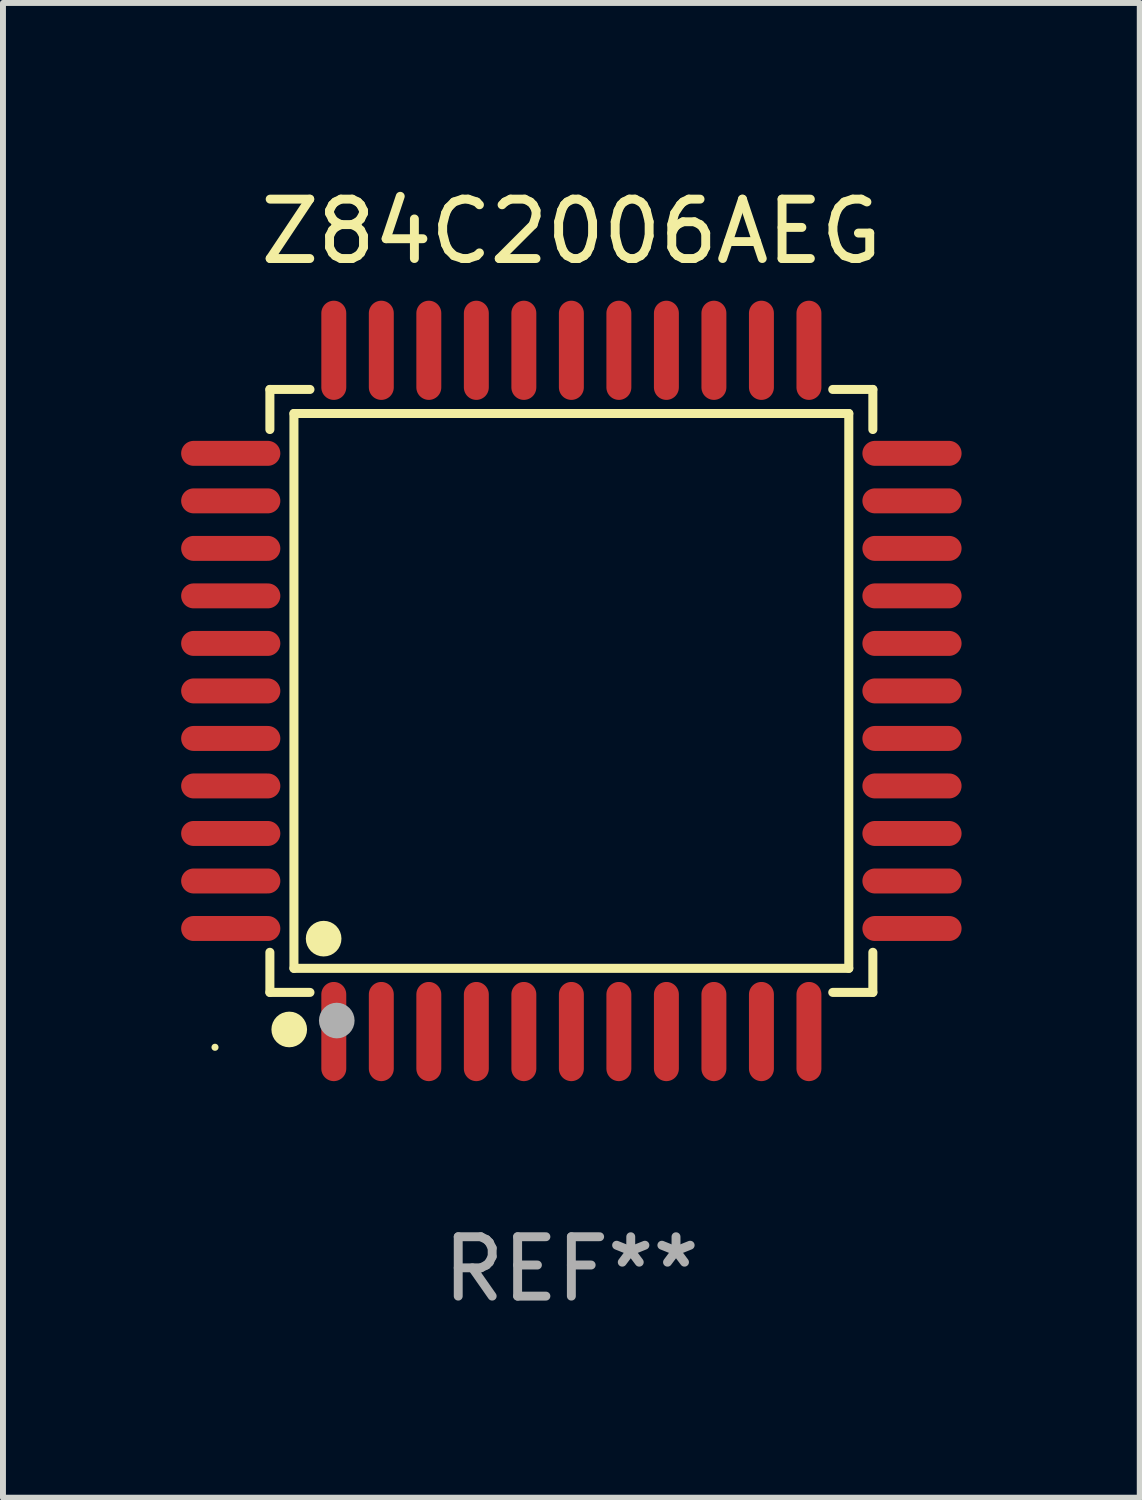
<source format=kicad_pcb>
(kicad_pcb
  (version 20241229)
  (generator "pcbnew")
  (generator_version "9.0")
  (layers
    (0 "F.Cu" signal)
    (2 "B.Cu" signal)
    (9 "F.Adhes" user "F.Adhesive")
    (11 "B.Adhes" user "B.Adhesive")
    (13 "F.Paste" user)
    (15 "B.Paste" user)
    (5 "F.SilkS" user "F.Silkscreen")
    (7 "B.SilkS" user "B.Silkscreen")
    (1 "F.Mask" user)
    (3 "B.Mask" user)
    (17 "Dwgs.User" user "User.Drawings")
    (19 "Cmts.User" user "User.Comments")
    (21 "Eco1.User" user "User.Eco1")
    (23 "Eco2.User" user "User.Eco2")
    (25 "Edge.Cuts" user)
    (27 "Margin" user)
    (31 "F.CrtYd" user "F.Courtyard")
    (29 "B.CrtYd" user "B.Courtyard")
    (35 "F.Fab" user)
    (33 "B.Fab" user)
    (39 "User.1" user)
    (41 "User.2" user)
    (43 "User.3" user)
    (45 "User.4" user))
  (footprint "Z84C2006AEG"
    (layer "F.Cu")
    (at 6.57 8.583)
    (property "Reference" "Z84C2006AEG" (at 0 -7.735 0) (layer "F.SilkS") (effects (font (size 1 1) (thickness 0.15))))
    (attr through_hole)
    (fp_line (start -5.076 -5.076) (end -4.401 -5.076) (stroke (width 0.152) (type solid)) (layer "F.SilkS"))
    (fp_line (start -5.076 -4.401) (end -5.076 -5.076) (stroke (width 0.152) (type solid)) (layer "F.SilkS"))
    (fp_line (start -5.076 4.401) (end -5.076 5.076) (stroke (width 0.152) (type solid)) (layer "F.SilkS"))
    (fp_line (start -5.076 5.076) (end -4.401 5.076) (stroke (width 0.152) (type solid)) (layer "F.SilkS"))
    (fp_line (start -4.671 -4.671) (end 4.671 -4.671) (stroke (width 0.152) (type solid)) (layer "F.SilkS"))
    (fp_line (start -4.671 4.671) (end -4.671 -4.671) (stroke (width 0.152) (type solid)) (layer "F.SilkS"))
    (fp_line (start 4.671 -4.671) (end 4.671 4.671) (stroke (width 0.152) (type solid)) (layer "F.SilkS"))
    (fp_line (start 4.671 4.671) (end -4.671 4.671) (stroke (width 0.152) (type solid)) (layer "F.SilkS"))
    (fp_line (start 5.076 -5.076) (end 4.401 -5.076) (stroke (width 0.152) (type solid)) (layer "F.SilkS"))
    (fp_line (start 5.076 -4.401) (end 5.076 -5.076) (stroke (width 0.152) (type solid)) (layer "F.SilkS"))
    (fp_line (start 5.076 4.401) (end 5.076 5.076) (stroke (width 0.152) (type solid)) (layer "F.SilkS"))
    (fp_line (start 5.076 5.076) (end 4.401 5.076) (stroke (width 0.152) (type solid)) (layer "F.SilkS"))
    (fp_circle (center -6 6) (end -5.97 6) (stroke (width 0.06) (type solid)) (fill no) (layer "F.SilkS"))
    (fp_circle (center -4.75 5.7) (end -4.6 5.7) (stroke (width 0.3) (type solid)) (fill no) (layer "F.SilkS"))
    (fp_circle (center -4.171 4.171) (end -4.021 4.171) (stroke (width 0.3) (type solid)) (fill no) (layer "F.SilkS"))
    (fp_circle (center -3.95 5.55) (end -3.8 5.55) (stroke (width 0.3) (type solid)) (fill no) (layer "F.Fab"))
    (fp_text user "REF**" (at 0 9.735 0) (layer "F.Fab") (effects (font (size 1 1) (thickness 0.15))))
    (pad "1" smd oval (at -4 5.735) (size 0.42 1.67) (layers "F.Cu" "F.Mask" "F.Paste"))
    (pad "2" smd oval (at -3.2 5.735) (size 0.42 1.67) (layers "F.Cu" "F.Mask" "F.Paste"))
    (pad "3" smd oval (at -2.4 5.735) (size 0.42 1.67) (layers "F.Cu" "F.Mask" "F.Paste"))
    (pad "4" smd oval (at -1.6 5.735) (size 0.42 1.67) (layers "F.Cu" "F.Mask" "F.Paste"))
    (pad "5" smd oval (at -0.8 5.735) (size 0.42 1.67) (layers "F.Cu" "F.Mask" "F.Paste"))
    (pad "6" smd oval (at 0 5.735) (size 0.42 1.67) (layers "F.Cu" "F.Mask" "F.Paste"))
    (pad "7" smd oval (at 0.8 5.735) (size 0.42 1.67) (layers "F.Cu" "F.Mask" "F.Paste"))
    (pad "8" smd oval (at 1.6 5.735) (size 0.42 1.67) (layers "F.Cu" "F.Mask" "F.Paste"))
    (pad "9" smd oval (at 2.4 5.735) (size 0.42 1.67) (layers "F.Cu" "F.Mask" "F.Paste"))
    (pad "10" smd oval (at 3.2 5.735) (size 0.42 1.67) (layers "F.Cu" "F.Mask" "F.Paste"))
    (pad "11" smd oval (at 4 5.735) (size 0.42 1.67) (layers "F.Cu" "F.Mask" "F.Paste"))
    (pad "12" smd oval (at 5.735 4) (size 1.67 0.42) (layers "F.Cu" "F.Mask" "F.Paste"))
    (pad "13" smd oval (at 5.735 3.2) (size 1.67 0.42) (layers "F.Cu" "F.Mask" "F.Paste"))
    (pad "14" smd oval (at 5.735 2.4) (size 1.67 0.42) (layers "F.Cu" "F.Mask" "F.Paste"))
    (pad "15" smd oval (at 5.735 1.6) (size 1.67 0.42) (layers "F.Cu" "F.Mask" "F.Paste"))
    (pad "16" smd oval (at 5.735 0.8) (size 1.67 0.42) (layers "F.Cu" "F.Mask" "F.Paste"))
    (pad "17" smd oval (at 5.735 0) (size 1.67 0.42) (layers "F.Cu" "F.Mask" "F.Paste"))
    (pad "18" smd oval (at 5.735 -0.8) (size 1.67 0.42) (layers "F.Cu" "F.Mask" "F.Paste"))
    (pad "19" smd oval (at 5.735 -1.6) (size 1.67 0.42) (layers "F.Cu" "F.Mask" "F.Paste"))
    (pad "20" smd oval (at 5.735 -2.4) (size 1.67 0.42) (layers "F.Cu" "F.Mask" "F.Paste"))
    (pad "21" smd oval (at 5.735 -3.2) (size 1.67 0.42) (layers "F.Cu" "F.Mask" "F.Paste"))
    (pad "22" smd oval (at 5.735 -4) (size 1.67 0.42) (layers "F.Cu" "F.Mask" "F.Paste"))
    (pad "23" smd oval (at 4 -5.735) (size 0.42 1.67) (layers "F.Cu" "F.Mask" "F.Paste"))
    (pad "24" smd oval (at 3.2 -5.735) (size 0.42 1.67) (layers "F.Cu" "F.Mask" "F.Paste"))
    (pad "25" smd oval (at 2.4 -5.735) (size 0.42 1.67) (layers "F.Cu" "F.Mask" "F.Paste"))
    (pad "26" smd oval (at 1.6 -5.735) (size 0.42 1.67) (layers "F.Cu" "F.Mask" "F.Paste"))
    (pad "27" smd oval (at 0.8 -5.735) (size 0.42 1.67) (layers "F.Cu" "F.Mask" "F.Paste"))
    (pad "28" smd oval (at 0 -5.735) (size 0.42 1.67) (layers "F.Cu" "F.Mask" "F.Paste"))
    (pad "29" smd oval (at -0.8 -5.735) (size 0.42 1.67) (layers "F.Cu" "F.Mask" "F.Paste"))
    (pad "30" smd oval (at -1.6 -5.735) (size 0.42 1.67) (layers "F.Cu" "F.Mask" "F.Paste"))
    (pad "31" smd oval (at -2.4 -5.735) (size 0.42 1.67) (layers "F.Cu" "F.Mask" "F.Paste"))
    (pad "32" smd oval (at -3.2 -5.735) (size 0.42 1.67) (layers "F.Cu" "F.Mask" "F.Paste"))
    (pad "33" smd oval (at -4 -5.735) (size 0.42 1.67) (layers "F.Cu" "F.Mask" "F.Paste"))
    (pad "34" smd oval (at -5.735 -4) (size 1.67 0.42) (layers "F.Cu" "F.Mask" "F.Paste"))
    (pad "35" smd oval (at -5.735 -3.2) (size 1.67 0.42) (layers "F.Cu" "F.Mask" "F.Paste"))
    (pad "36" smd oval (at -5.735 -2.4) (size 1.67 0.42) (layers "F.Cu" "F.Mask" "F.Paste"))
    (pad "37" smd oval (at -5.735 -1.6) (size 1.67 0.42) (layers "F.Cu" "F.Mask" "F.Paste"))
    (pad "38" smd oval (at -5.735 -0.8) (size 1.67 0.42) (layers "F.Cu" "F.Mask" "F.Paste"))
    (pad "39" smd oval (at -5.735 0) (size 1.67 0.42) (layers "F.Cu" "F.Mask" "F.Paste"))
    (pad "40" smd oval (at -5.735 0.8) (size 1.67 0.42) (layers "F.Cu" "F.Mask" "F.Paste"))
    (pad "41" smd oval (at -5.735 1.6) (size 1.67 0.42) (layers "F.Cu" "F.Mask" "F.Paste"))
    (pad "42" smd oval (at -5.735 2.4) (size 1.67 0.42) (layers "F.Cu" "F.Mask" "F.Paste"))
    (pad "43" smd oval (at -5.735 3.2) (size 1.67 0.42) (layers "F.Cu" "F.Mask" "F.Paste"))
    (pad "44" smd oval (at -5.735 4) (size 1.67 0.42) (layers "F.Cu" "F.Mask" "F.Paste")))
  (gr_rect
    (start -3 -3)
    (end 16.14 22.167)
    (stroke (width 0.1) (type default))
    (fill no)
    (layer "Edge.Cuts")))
</source>
